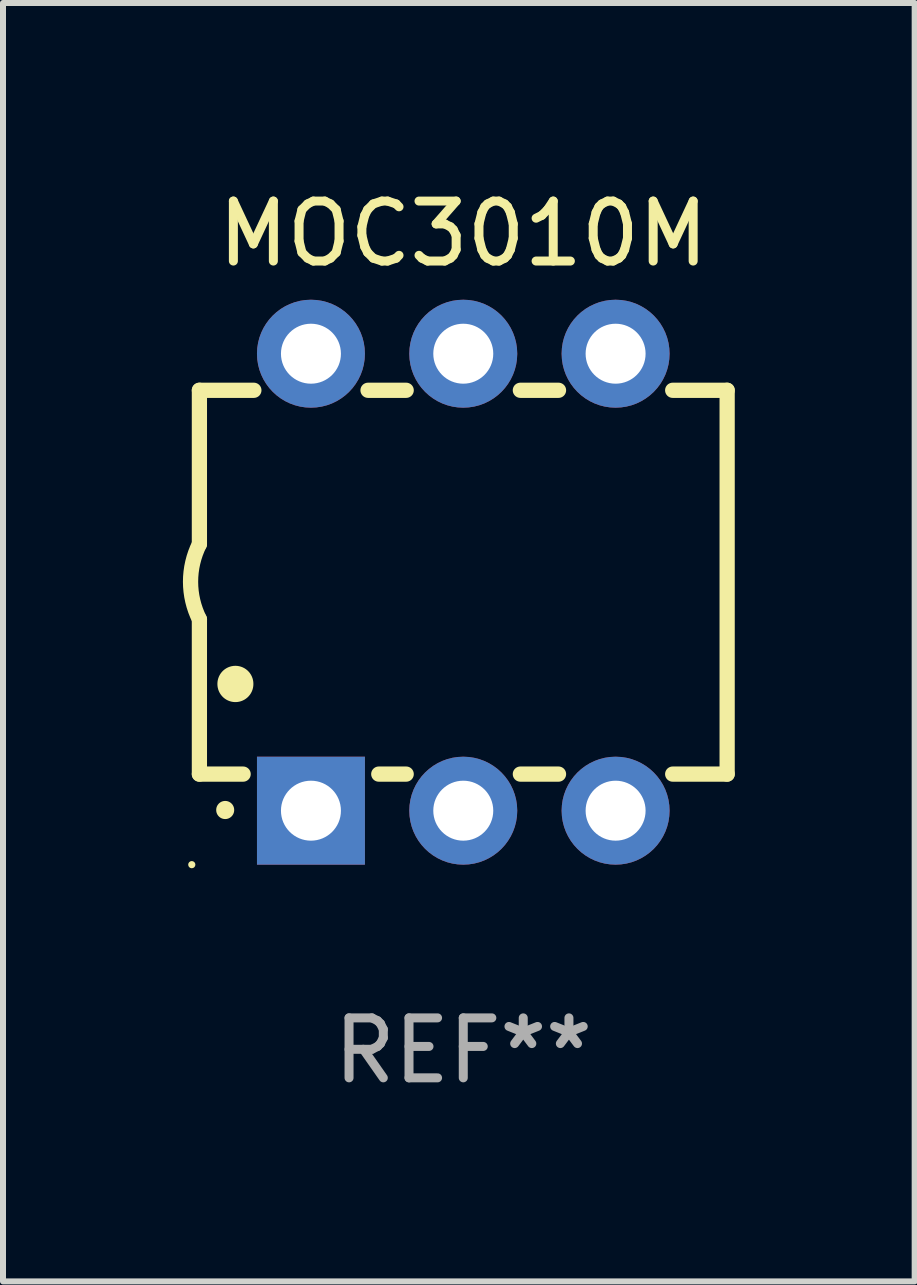
<source format=kicad_pcb>
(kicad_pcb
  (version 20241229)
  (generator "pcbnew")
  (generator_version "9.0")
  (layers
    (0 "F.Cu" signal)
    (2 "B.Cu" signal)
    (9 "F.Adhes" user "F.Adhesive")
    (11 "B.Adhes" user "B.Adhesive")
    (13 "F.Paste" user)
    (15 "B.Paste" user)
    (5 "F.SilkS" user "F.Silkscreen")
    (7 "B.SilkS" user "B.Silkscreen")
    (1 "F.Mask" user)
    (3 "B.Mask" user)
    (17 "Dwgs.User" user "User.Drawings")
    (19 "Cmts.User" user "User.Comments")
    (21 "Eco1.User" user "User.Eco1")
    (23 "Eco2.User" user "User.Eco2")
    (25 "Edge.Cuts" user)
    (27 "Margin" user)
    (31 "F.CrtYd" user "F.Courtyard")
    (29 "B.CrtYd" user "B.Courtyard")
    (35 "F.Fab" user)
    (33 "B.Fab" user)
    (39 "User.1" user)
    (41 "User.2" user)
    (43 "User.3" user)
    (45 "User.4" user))
  (footprint "MOC3010M"
    (layer "F.Cu")
    (at 4.675 6.658)
    (property "Reference" "MOC3010M" (at 0 -5.81 0) (layer "F.SilkS") (effects (font (size 1 1) (thickness 0.15))))
    (attr through_hole)
    (fp_line (start -4.4 -3.2) (end -4.4 -0.635) (stroke (width 0.254) (type solid)) (layer "F.SilkS"))
    (fp_line (start -4.4 -3.2) (end -3.492 -3.2) (stroke (width 0.254) (type solid)) (layer "F.SilkS"))
    (fp_line (start -4.4 3.2) (end -4.4 0.619) (stroke (width 0.254) (type solid)) (layer "F.SilkS"))
    (fp_line (start -3.671 3.2) (end -4.4 3.2) (stroke (width 0.254) (type solid)) (layer "F.SilkS"))
    (fp_line (start -1.588 -3.2) (end -0.952 -3.2) (stroke (width 0.254) (type solid)) (layer "F.SilkS"))
    (fp_line (start -0.952 3.2) (end -1.409 3.2) (stroke (width 0.254) (type solid)) (layer "F.SilkS"))
    (fp_line (start 0.952 -3.2) (end 1.588 -3.2) (stroke (width 0.254) (type solid)) (layer "F.SilkS"))
    (fp_line (start 1.588 3.2) (end 0.952 3.2) (stroke (width 0.254) (type solid)) (layer "F.SilkS"))
    (fp_line (start 3.492 -3.2) (end 4.4 -3.2) (stroke (width 0.254) (type solid)) (layer "F.SilkS"))
    (fp_line (start 4.4 -3.2) (end 4.4 3.2) (stroke (width 0.254) (type solid)) (layer "F.SilkS"))
    (fp_line (start 4.4 3.2) (end 3.492 3.2) (stroke (width 0.254) (type solid)) (layer "F.SilkS"))
    (fp_arc (start -4.399288 0.619762) (mid -4.547636 -0.007536) (end -4.4 -0.635001) (stroke (width 0.254001) (type solid)) (layer "F.SilkS"))
    (fp_arc (start -3.970028 3.799848) (mid -3.970033 3.798578) (end -3.970028 3.797308) (stroke (width 0.3) (type solid)) (layer "F.SilkS"))
    (fp_arc (start -3.799848 1.699263) (mid -3.799859 1.696723) (end -3.799848 1.694183) (stroke (width 0.6) (type solid)) (layer "F.SilkS"))
    (fp_circle (center -4.527 4.71) (end -4.497 4.71) (stroke (width 0.06) (type solid)) (fill no) (layer "F.SilkS"))
    (fp_text user "REF**" (at 0 7.81 0) (layer "F.Fab") (effects (font (size 1 1) (thickness 0.15))))
    (pad "1" thru_hole rect (at -2.54 3.81 180) (size 1.8 1.8) (drill 1) (layers "*.Cu" "*.Mask"))
    (pad "2" thru_hole circle (at 0 3.81) (size 1.8 1.8) (drill 1) (layers "*.Cu" "*.Mask"))
    (pad "3" thru_hole circle (at 2.54 3.81) (size 1.8 1.8) (drill 1) (layers "*.Cu" "*.Mask"))
    (pad "4" thru_hole circle (at 2.54 -3.81) (size 1.8 1.8) (drill 1) (layers "*.Cu" "*.Mask"))
    (pad "5" thru_hole circle (at 0 -3.81) (size 1.8 1.8) (drill 1) (layers "*.Cu" "*.Mask"))
    (pad "6" thru_hole circle (at -2.54 -3.81) (size 1.8 1.8) (drill 1) (layers "*.Cu" "*.Mask")))
  (gr_rect
    (start -3 -3)
    (end 12.202 18.317)
    (stroke (width 0.1) (type default))
    (fill no)
    (layer "Edge.Cuts")))
</source>
